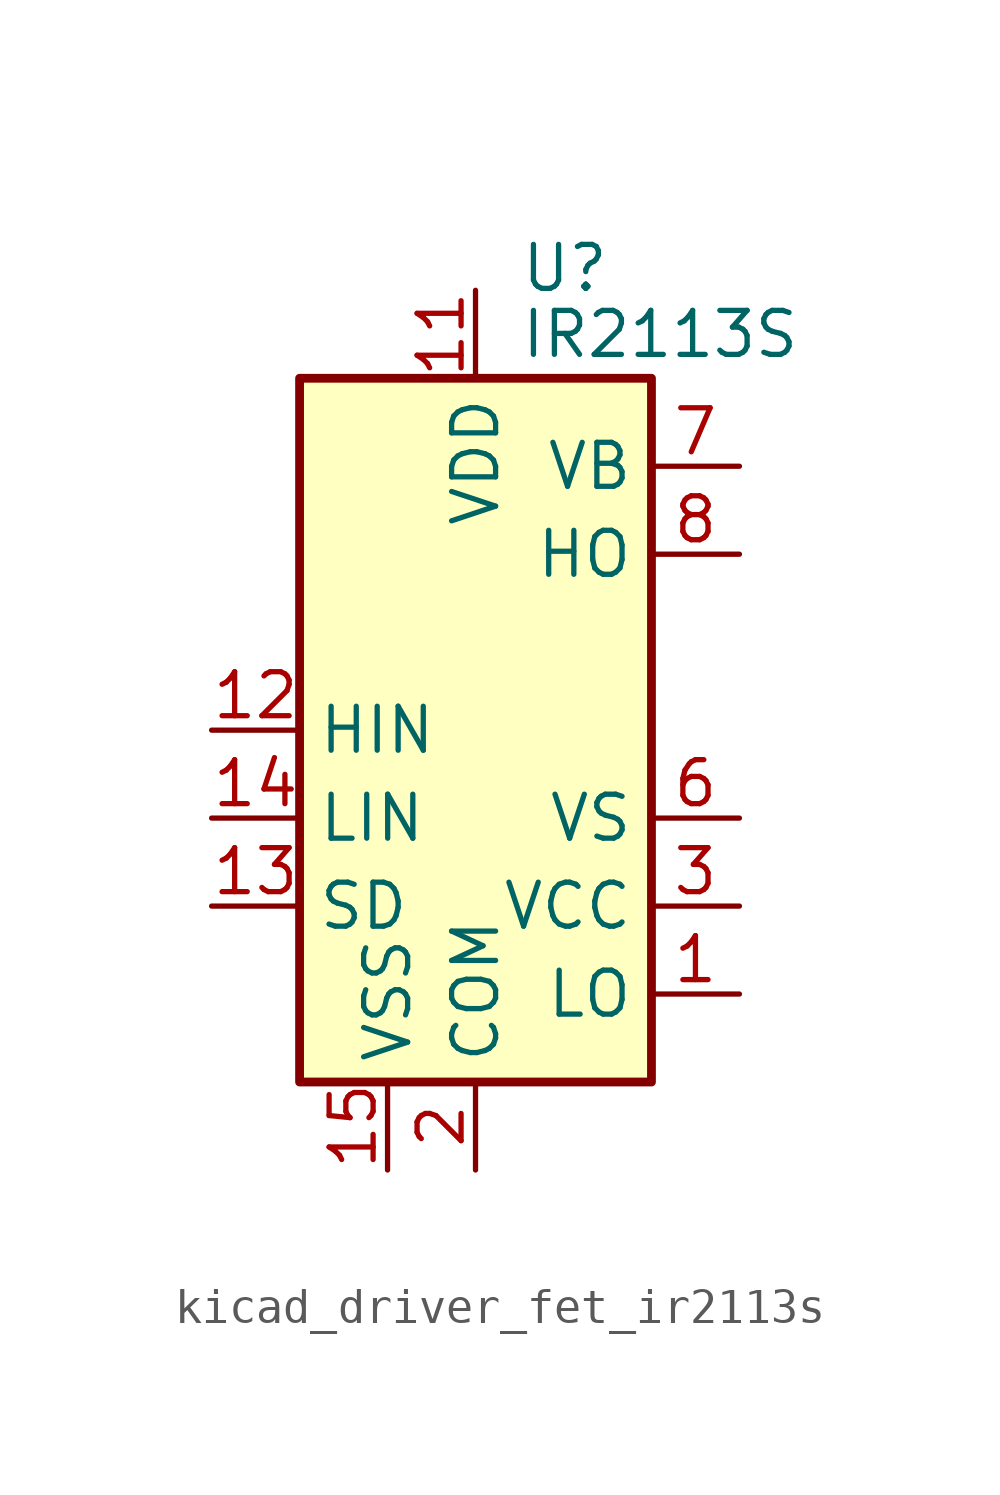
<source format=kicad_sym>
(kicad_symbol_lib
  (version 20220914)
  (generator kicad_symbol_editor)
  (symbol "kicad_driver_fet_ir2113s"
    (property "Reference" "U"
      (at 1.27 13.335 0)
      (effects (font (size 1.27 1.27)) (justify left)))
    (property "Value" "IR2113S"
      (at 1.27 11.43 0)
      (effects (font (size 1.27 1.27)) (justify left)))
    (symbol "kicad_driver_fet_ir2113s_0_1"
      (rectangle (start -5.08 -10.16) (end 5.08 10.16) (stroke (width 0.254) (type default)) (fill (type background))))
    (symbol "kicad_driver_fet_ir2113s_1_1"
      (pin output line (at 7.62 -7.62 180) (length 2.54) (name "LO" (effects (font (size 1.27 1.27)))) (number "1" (effects (font (size 1.27 1.27)))))
      (pin no_connect line (at 5.08 2.54 180) (length 2.54) hide (name "NC" (effects (font (size 1.27 1.27)))) (number "10" (effects (font (size 1.27 1.27)))))
      (pin power_in line (at 0 12.7 270) (length 2.54) (name "VDD" (effects (font (size 1.27 1.27)))) (number "11" (effects (font (size 1.27 1.27)))))
      (pin input line (at -7.62 0 0) (length 2.54) (name "HIN" (effects (font (size 1.27 1.27)))) (number "12" (effects (font (size 1.27 1.27)))))
      (pin input line (at -7.62 -5.08 0) (length 2.54) (name "SD" (effects (font (size 1.27 1.27)))) (number "13" (effects (font (size 1.27 1.27)))))
      (pin input line (at -7.62 -2.54 0) (length 2.54) (name "LIN" (effects (font (size 1.27 1.27)))) (number "14" (effects (font (size 1.27 1.27)))))
      (pin power_in line (at -2.54 -12.7 90) (length 2.54) (name "VSS" (effects (font (size 1.27 1.27)))) (number "15" (effects (font (size 1.27 1.27)))))
      (pin no_connect line (at 5.08 0 180) (length 2.54) hide (name "NC" (effects (font (size 1.27 1.27)))) (number "16" (effects (font (size 1.27 1.27)))))
      (pin power_in line (at 0 -12.7 90) (length 2.54) (name "COM" (effects (font (size 1.27 1.27)))) (number "2" (effects (font (size 1.27 1.27)))))
      (pin power_in line (at 7.62 -5.08 180) (length 2.54) (name "VCC" (effects (font (size 1.27 1.27)))) (number "3" (effects (font (size 1.27 1.27)))))
      (pin no_connect line (at -5.08 7.62 0) (length 2.54) hide (name "NC" (effects (font (size 1.27 1.27)))) (number "4" (effects (font (size 1.27 1.27)))))
      (pin no_connect line (at -5.08 5.08 0) (length 2.54) hide (name "NC" (effects (font (size 1.27 1.27)))) (number "5" (effects (font (size 1.27 1.27)))))
      (pin passive line (at 7.62 -2.54 180) (length 2.54) (name "VS" (effects (font (size 1.27 1.27)))) (number "6" (effects (font (size 1.27 1.27)))))
      (pin passive line (at 7.62 7.62 180) (length 2.54) (name "VB" (effects (font (size 1.27 1.27)))) (number "7" (effects (font (size 1.27 1.27)))))
      (pin output line (at 7.62 5.08 180) (length 2.54) (name "HO" (effects (font (size 1.27 1.27)))) (number "8" (effects (font (size 1.27 1.27)))))
      (pin no_connect line (at -5.08 2.54 0) (length 2.54) hide (name "NC" (effects (font (size 1.27 1.27)))) (number "9" (effects (font (size 1.27 1.27))))))))
</source>
